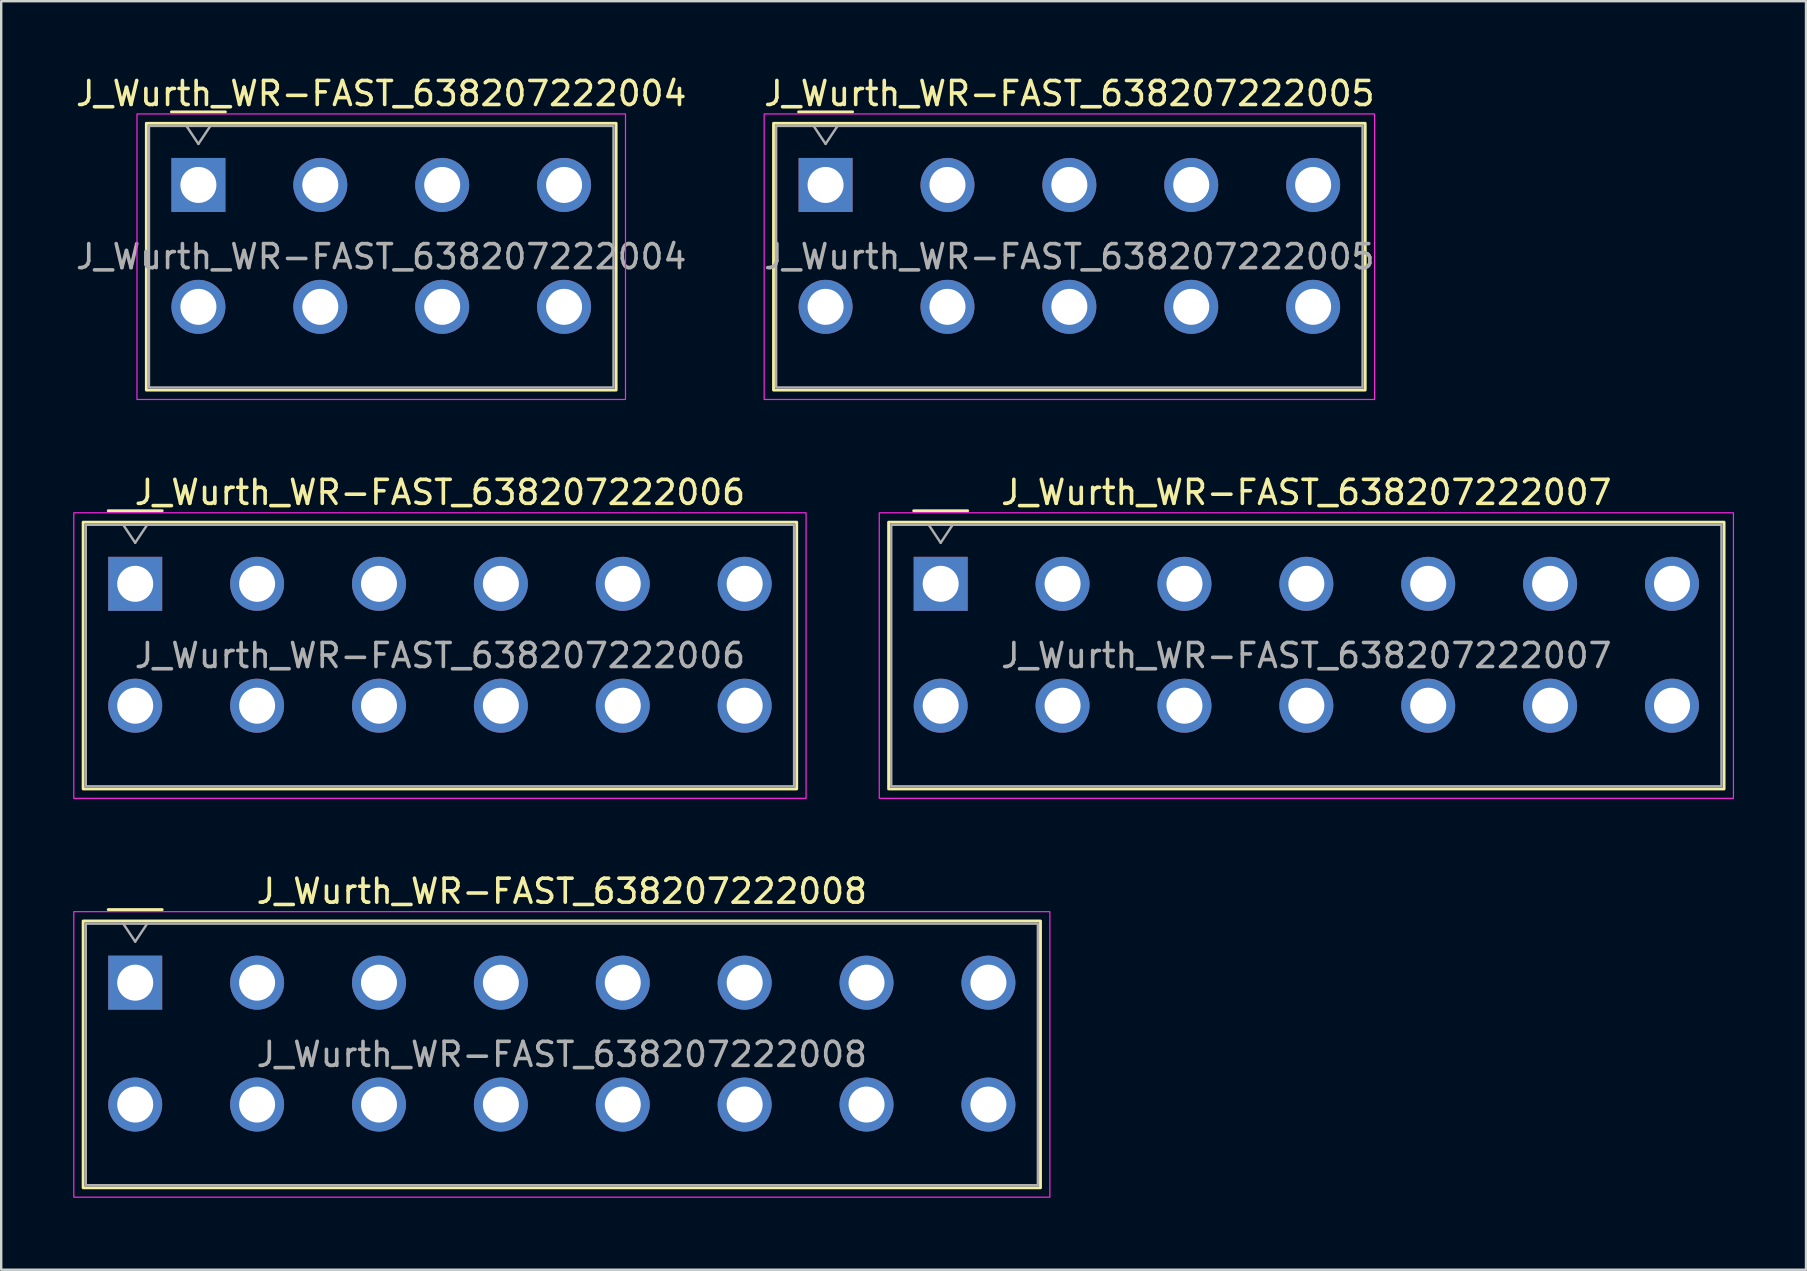
<source format=kicad_pcb>
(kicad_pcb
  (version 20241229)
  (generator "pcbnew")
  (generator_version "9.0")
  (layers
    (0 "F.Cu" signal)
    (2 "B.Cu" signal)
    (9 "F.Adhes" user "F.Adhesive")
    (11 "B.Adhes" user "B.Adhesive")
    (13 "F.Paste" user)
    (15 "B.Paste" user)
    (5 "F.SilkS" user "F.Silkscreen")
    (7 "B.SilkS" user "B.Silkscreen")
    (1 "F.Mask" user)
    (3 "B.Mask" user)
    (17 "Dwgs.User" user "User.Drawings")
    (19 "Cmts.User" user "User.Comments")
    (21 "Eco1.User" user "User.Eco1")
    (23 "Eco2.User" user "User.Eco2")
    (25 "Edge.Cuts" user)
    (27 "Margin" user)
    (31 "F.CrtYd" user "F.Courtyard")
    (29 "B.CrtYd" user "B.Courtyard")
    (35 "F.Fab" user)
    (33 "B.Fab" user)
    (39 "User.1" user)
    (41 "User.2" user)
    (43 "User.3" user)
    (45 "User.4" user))
  (footprint "J_Wurth_WR-FAST_638207222008"
    (layer "F.Cu")
    (at 2.585 37.905)
    (property "Reference" "J_Wurth_WR-FAST_638207222008" (at 17.78 -3.81 0) (unlocked yes) (layer "F.SilkS") (effects (font (size 1 1) (thickness 0.15))))
    (attr through_hole)
    (fp_line (start -1.125 -3.045) (end 1.125 -3.045) (stroke (width 0.12) (type solid)) (layer "F.SilkS"))
    (fp_rect (start -2.17 -2.57) (end 37.73 8.55) (stroke (width 0.12) (type solid)) (fill no) (layer "F.SilkS"))
    (fp_rect (start -2.56 -2.96) (end 38.12 8.94) (stroke (width 0.05) (type solid)) (fill no) (layer "F.CrtYd"))
    (fp_line (start 0 -1.71) (end -0.5 -2.46) (stroke (width 0.1) (type solid)) (layer "F.Fab"))
    (fp_line (start 0 -1.71) (end 0.5 -2.46) (stroke (width 0.1) (type solid)) (layer "F.Fab"))
    (fp_rect (start -2.06 -2.46) (end 37.62 8.44) (stroke (width 0.1) (type solid)) (fill no) (layer "F.Fab"))
    (fp_text user "${REFERENCE}" (at 17.78 2.99 0) (unlocked yes) (layer "F.Fab") (effects (font (size 1 1) (thickness 0.15))))
    (pad "1" thru_hole rect (at 0 0) (size 2.25 2.25) (drill 1.5) (layers "*.Cu" "*.Mask"))
    (pad "2" thru_hole circle (at 5.08 0) (size 2.25 2.25) (drill 1.5) (layers "*.Cu" "*.Mask"))
    (pad "3" thru_hole circle (at 10.16 0) (size 2.25 2.25) (drill 1.5) (layers "*.Cu" "*.Mask"))
    (pad "4" thru_hole circle (at 15.24 0) (size 2.25 2.25) (drill 1.5) (layers "*.Cu" "*.Mask"))
    (pad "5" thru_hole circle (at 20.32 0) (size 2.25 2.25) (drill 1.5) (layers "*.Cu" "*.Mask"))
    (pad "6" thru_hole circle (at 25.4 0) (size 2.25 2.25) (drill 1.5) (layers "*.Cu" "*.Mask"))
    (pad "7" thru_hole circle (at 30.48 0) (size 2.25 2.25) (drill 1.5) (layers "*.Cu" "*.Mask"))
    (pad "8" thru_hole circle (at 35.56 0) (size 2.25 2.25) (drill 1.5) (layers "*.Cu" "*.Mask"))
    (pad "A1" thru_hole circle (at 0 5.08) (size 2.25 2.25) (drill 1.5) (layers "*.Cu" "*.Mask"))
    (pad "A2" thru_hole circle (at 5.08 5.08) (size 2.25 2.25) (drill 1.5) (layers "*.Cu" "*.Mask"))
    (pad "A3" thru_hole circle (at 10.16 5.08) (size 2.25 2.25) (drill 1.5) (layers "*.Cu" "*.Mask"))
    (pad "A4" thru_hole circle (at 15.24 5.08) (size 2.25 2.25) (drill 1.5) (layers "*.Cu" "*.Mask"))
    (pad "A5" thru_hole circle (at 20.32 5.08) (size 2.25 2.25) (drill 1.5) (layers "*.Cu" "*.Mask"))
    (pad "A6" thru_hole circle (at 25.4 5.08) (size 2.25 2.25) (drill 1.5) (layers "*.Cu" "*.Mask"))
    (pad "A7" thru_hole circle (at 30.48 5.08) (size 2.25 2.25) (drill 1.5) (layers "*.Cu" "*.Mask"))
    (pad "A8" thru_hole circle (at 35.56 5.08) (size 2.25 2.25) (drill 1.5) (layers "*.Cu" "*.Mask")))
  (footprint "J_Wurth_WR-FAST_638207222004"
    (layer "F.Cu")
    (at 5.219 4.658)
    (property "Reference" "J_Wurth_WR-FAST_638207222004" (at 7.62 -3.81 0) (unlocked yes) (layer "F.SilkS") (effects (font (size 1 1) (thickness 0.15))))
    (attr through_hole)
    (fp_line (start -1.125 -3.045) (end 1.125 -3.045) (stroke (width 0.12) (type solid)) (layer "F.SilkS"))
    (fp_rect (start -2.17 -2.57) (end 17.41 8.55) (stroke (width 0.12) (type solid)) (fill no) (layer "F.SilkS"))
    (fp_rect (start -2.56 -2.96) (end 17.8 8.94) (stroke (width 0.05) (type solid)) (fill no) (layer "F.CrtYd"))
    (fp_line (start 0 -1.71) (end -0.5 -2.46) (stroke (width 0.1) (type solid)) (layer "F.Fab"))
    (fp_line (start 0 -1.71) (end 0.5 -2.46) (stroke (width 0.1) (type solid)) (layer "F.Fab"))
    (fp_rect (start -2.06 -2.46) (end 17.3 8.44) (stroke (width 0.1) (type solid)) (fill no) (layer "F.Fab"))
    (fp_text user "${REFERENCE}" (at 7.62 2.99 0) (unlocked yes) (layer "F.Fab") (effects (font (size 1 1) (thickness 0.15))))
    (pad "1" thru_hole rect (at 0 0) (size 2.25 2.25) (drill 1.5) (layers "*.Cu" "*.Mask"))
    (pad "2" thru_hole circle (at 5.08 0) (size 2.25 2.25) (drill 1.5) (layers "*.Cu" "*.Mask"))
    (pad "3" thru_hole circle (at 10.16 0) (size 2.25 2.25) (drill 1.5) (layers "*.Cu" "*.Mask"))
    (pad "4" thru_hole circle (at 15.24 0) (size 2.25 2.25) (drill 1.5) (layers "*.Cu" "*.Mask"))
    (pad "A1" thru_hole circle (at 0 5.08) (size 2.25 2.25) (drill 1.5) (layers "*.Cu" "*.Mask"))
    (pad "A2" thru_hole circle (at 5.08 5.08) (size 2.25 2.25) (drill 1.5) (layers "*.Cu" "*.Mask"))
    (pad "A3" thru_hole circle (at 10.16 5.08) (size 2.25 2.25) (drill 1.5) (layers "*.Cu" "*.Mask"))
    (pad "A4" thru_hole circle (at 15.24 5.08) (size 2.25 2.25) (drill 1.5) (layers "*.Cu" "*.Mask")))
  (footprint "J_Wurth_WR-FAST_638207222006"
    (layer "F.Cu")
    (at 2.585 21.282)
    (property "Reference" "J_Wurth_WR-FAST_638207222006" (at 12.7 -3.81 0) (unlocked yes) (layer "F.SilkS") (effects (font (size 1 1) (thickness 0.15))))
    (attr through_hole)
    (fp_line (start -1.125 -3.045) (end 1.125 -3.045) (stroke (width 0.12) (type solid)) (layer "F.SilkS"))
    (fp_rect (start -2.17 -2.57) (end 27.57 8.55) (stroke (width 0.12) (type solid)) (fill no) (layer "F.SilkS"))
    (fp_rect (start -2.56 -2.96) (end 27.96 8.94) (stroke (width 0.05) (type solid)) (fill no) (layer "F.CrtYd"))
    (fp_line (start 0 -1.71) (end -0.5 -2.46) (stroke (width 0.1) (type solid)) (layer "F.Fab"))
    (fp_line (start 0 -1.71) (end 0.5 -2.46) (stroke (width 0.1) (type solid)) (layer "F.Fab"))
    (fp_rect (start -2.06 -2.46) (end 27.46 8.44) (stroke (width 0.1) (type solid)) (fill no) (layer "F.Fab"))
    (fp_text user "${REFERENCE}" (at 12.7 2.99 0) (unlocked yes) (layer "F.Fab") (effects (font (size 1 1) (thickness 0.15))))
    (pad "1" thru_hole rect (at 0 0) (size 2.25 2.25) (drill 1.5) (layers "*.Cu" "*.Mask"))
    (pad "2" thru_hole circle (at 5.08 0) (size 2.25 2.25) (drill 1.5) (layers "*.Cu" "*.Mask"))
    (pad "3" thru_hole circle (at 10.16 0) (size 2.25 2.25) (drill 1.5) (layers "*.Cu" "*.Mask"))
    (pad "4" thru_hole circle (at 15.24 0) (size 2.25 2.25) (drill 1.5) (layers "*.Cu" "*.Mask"))
    (pad "5" thru_hole circle (at 20.32 0) (size 2.25 2.25) (drill 1.5) (layers "*.Cu" "*.Mask"))
    (pad "6" thru_hole circle (at 25.4 0) (size 2.25 2.25) (drill 1.5) (layers "*.Cu" "*.Mask"))
    (pad "A1" thru_hole circle (at 0 5.08) (size 2.25 2.25) (drill 1.5) (layers "*.Cu" "*.Mask"))
    (pad "A2" thru_hole circle (at 5.08 5.08) (size 2.25 2.25) (drill 1.5) (layers "*.Cu" "*.Mask"))
    (pad "A3" thru_hole circle (at 10.16 5.08) (size 2.25 2.25) (drill 1.5) (layers "*.Cu" "*.Mask"))
    (pad "A4" thru_hole circle (at 15.24 5.08) (size 2.25 2.25) (drill 1.5) (layers "*.Cu" "*.Mask"))
    (pad "A5" thru_hole circle (at 20.32 5.08) (size 2.25 2.25) (drill 1.5) (layers "*.Cu" "*.Mask"))
    (pad "A6" thru_hole circle (at 25.4 5.08) (size 2.25 2.25) (drill 1.5) (layers "*.Cu" "*.Mask")))
  (footprint "J_Wurth_WR-FAST_638207222007"
    (layer "F.Cu")
    (at 36.155 21.282)
    (property "Reference" "J_Wurth_WR-FAST_638207222007" (at 15.24 -3.81 0) (unlocked yes) (layer "F.SilkS") (effects (font (size 1 1) (thickness 0.15))))
    (attr through_hole)
    (fp_line (start -1.125 -3.045) (end 1.125 -3.045) (stroke (width 0.12) (type solid)) (layer "F.SilkS"))
    (fp_rect (start -2.17 -2.57) (end 32.65 8.55) (stroke (width 0.12) (type solid)) (fill no) (layer "F.SilkS"))
    (fp_rect (start -2.56 -2.96) (end 33.04 8.94) (stroke (width 0.05) (type solid)) (fill no) (layer "F.CrtYd"))
    (fp_line (start 0 -1.71) (end -0.5 -2.46) (stroke (width 0.1) (type solid)) (layer "F.Fab"))
    (fp_line (start 0 -1.71) (end 0.5 -2.46) (stroke (width 0.1) (type solid)) (layer "F.Fab"))
    (fp_rect (start -2.06 -2.46) (end 32.54 8.44) (stroke (width 0.1) (type solid)) (fill no) (layer "F.Fab"))
    (fp_text user "${REFERENCE}" (at 15.24 2.99 0) (unlocked yes) (layer "F.Fab") (effects (font (size 1 1) (thickness 0.15))))
    (pad "1" thru_hole rect (at 0 0) (size 2.25 2.25) (drill 1.5) (layers "*.Cu" "*.Mask"))
    (pad "2" thru_hole circle (at 5.08 0) (size 2.25 2.25) (drill 1.5) (layers "*.Cu" "*.Mask"))
    (pad "3" thru_hole circle (at 10.16 0) (size 2.25 2.25) (drill 1.5) (layers "*.Cu" "*.Mask"))
    (pad "4" thru_hole circle (at 15.24 0) (size 2.25 2.25) (drill 1.5) (layers "*.Cu" "*.Mask"))
    (pad "5" thru_hole circle (at 20.32 0) (size 2.25 2.25) (drill 1.5) (layers "*.Cu" "*.Mask"))
    (pad "6" thru_hole circle (at 25.4 0) (size 2.25 2.25) (drill 1.5) (layers "*.Cu" "*.Mask"))
    (pad "7" thru_hole circle (at 30.48 0) (size 2.25 2.25) (drill 1.5) (layers "*.Cu" "*.Mask"))
    (pad "A1" thru_hole circle (at 0 5.08) (size 2.25 2.25) (drill 1.5) (layers "*.Cu" "*.Mask"))
    (pad "A2" thru_hole circle (at 5.08 5.08) (size 2.25 2.25) (drill 1.5) (layers "*.Cu" "*.Mask"))
    (pad "A3" thru_hole circle (at 10.16 5.08) (size 2.25 2.25) (drill 1.5) (layers "*.Cu" "*.Mask"))
    (pad "A4" thru_hole circle (at 15.24 5.08) (size 2.25 2.25) (drill 1.5) (layers "*.Cu" "*.Mask"))
    (pad "A5" thru_hole circle (at 20.32 5.08) (size 2.25 2.25) (drill 1.5) (layers "*.Cu" "*.Mask"))
    (pad "A6" thru_hole circle (at 25.4 5.08) (size 2.25 2.25) (drill 1.5) (layers "*.Cu" "*.Mask"))
    (pad "A7" thru_hole circle (at 30.48 5.08) (size 2.25 2.25) (drill 1.5) (layers "*.Cu" "*.Mask")))
  (footprint "J_Wurth_WR-FAST_638207222005"
    (layer "F.Cu")
    (at 31.358 4.658)
    (property "Reference" "J_Wurth_WR-FAST_638207222005" (at 10.16 -3.81 0) (unlocked yes) (layer "F.SilkS") (effects (font (size 1 1) (thickness 0.15))))
    (attr through_hole)
    (fp_line (start -1.125 -3.045) (end 1.125 -3.045) (stroke (width 0.12) (type solid)) (layer "F.SilkS"))
    (fp_rect (start -2.17 -2.57) (end 22.49 8.55) (stroke (width 0.12) (type solid)) (fill no) (layer "F.SilkS"))
    (fp_rect (start -2.56 -2.96) (end 22.88 8.94) (stroke (width 0.05) (type solid)) (fill no) (layer "F.CrtYd"))
    (fp_line (start 0 -1.71) (end -0.5 -2.46) (stroke (width 0.1) (type solid)) (layer "F.Fab"))
    (fp_line (start 0 -1.71) (end 0.5 -2.46) (stroke (width 0.1) (type solid)) (layer "F.Fab"))
    (fp_rect (start -2.06 -2.46) (end 22.38 8.44) (stroke (width 0.1) (type solid)) (fill no) (layer "F.Fab"))
    (fp_text user "${REFERENCE}" (at 10.16 2.99 0) (unlocked yes) (layer "F.Fab") (effects (font (size 1 1) (thickness 0.15))))
    (pad "1" thru_hole rect (at 0 0) (size 2.25 2.25) (drill 1.5) (layers "*.Cu" "*.Mask"))
    (pad "2" thru_hole circle (at 5.08 0) (size 2.25 2.25) (drill 1.5) (layers "*.Cu" "*.Mask"))
    (pad "3" thru_hole circle (at 10.16 0) (size 2.25 2.25) (drill 1.5) (layers "*.Cu" "*.Mask"))
    (pad "4" thru_hole circle (at 15.24 0) (size 2.25 2.25) (drill 1.5) (layers "*.Cu" "*.Mask"))
    (pad "5" thru_hole circle (at 20.32 0) (size 2.25 2.25) (drill 1.5) (layers "*.Cu" "*.Mask"))
    (pad "A1" thru_hole circle (at 0 5.08) (size 2.25 2.25) (drill 1.5) (layers "*.Cu" "*.Mask"))
    (pad "A2" thru_hole circle (at 5.08 5.08) (size 2.25 2.25) (drill 1.5) (layers "*.Cu" "*.Mask"))
    (pad "A3" thru_hole circle (at 10.16 5.08) (size 2.25 2.25) (drill 1.5) (layers "*.Cu" "*.Mask"))
    (pad "A4" thru_hole circle (at 15.24 5.08) (size 2.25 2.25) (drill 1.5) (layers "*.Cu" "*.Mask"))
    (pad "A5" thru_hole circle (at 20.32 5.08) (size 2.25 2.25) (drill 1.5) (layers "*.Cu" "*.Mask")))
  (gr_rect
    (start -3 -3)
    (end 72.22 49.87)
    (stroke (width 0.1) (type default))
    (fill no)
    (layer "Edge.Cuts")))
</source>
